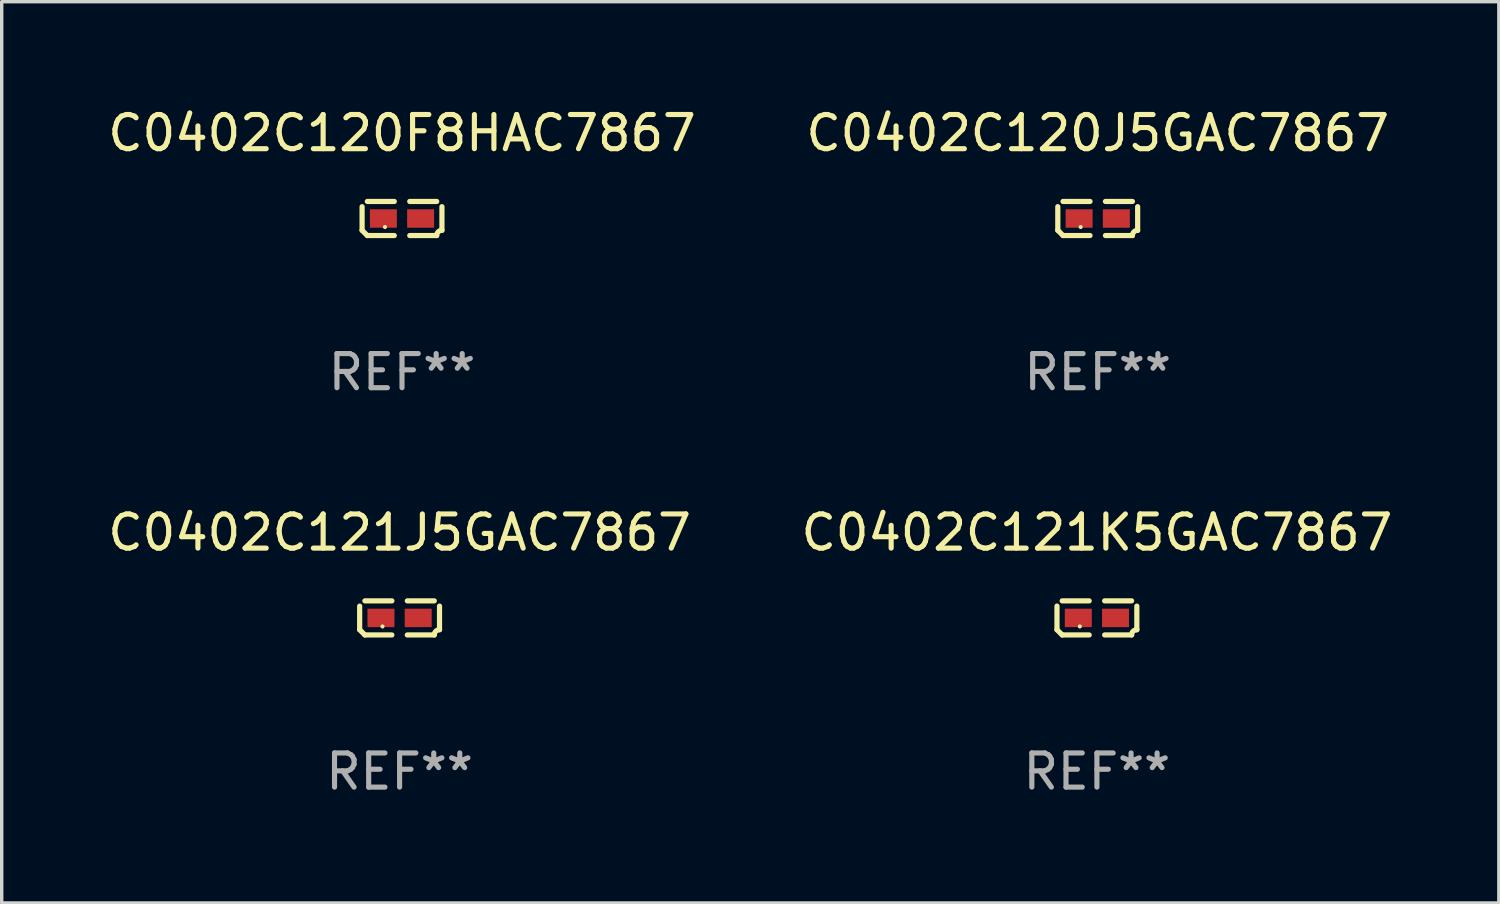
<source format=kicad_pcb>
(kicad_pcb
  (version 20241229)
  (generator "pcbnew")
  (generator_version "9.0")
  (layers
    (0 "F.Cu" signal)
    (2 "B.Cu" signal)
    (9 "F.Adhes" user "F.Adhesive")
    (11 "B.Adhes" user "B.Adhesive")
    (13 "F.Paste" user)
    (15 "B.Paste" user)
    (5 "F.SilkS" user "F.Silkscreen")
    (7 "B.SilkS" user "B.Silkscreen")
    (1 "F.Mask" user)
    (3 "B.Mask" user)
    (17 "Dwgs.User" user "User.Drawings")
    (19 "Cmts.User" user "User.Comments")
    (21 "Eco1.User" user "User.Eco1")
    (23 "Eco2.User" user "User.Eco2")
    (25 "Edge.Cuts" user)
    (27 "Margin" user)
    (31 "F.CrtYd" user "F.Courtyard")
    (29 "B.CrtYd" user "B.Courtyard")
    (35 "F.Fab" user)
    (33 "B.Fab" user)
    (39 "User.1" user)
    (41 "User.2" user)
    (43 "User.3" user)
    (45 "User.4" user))
  (footprint "C0402C120F8HAC7867"
    (layer "F.Cu")
    (at 8.72 3.347)
    (property "Reference" "C0402C120F8HAC7867" (at 0 -2.499 0) (layer "F.SilkS") (effects (font (size 1 1) (thickness 0.15))))
    (attr through_hole)
    (fp_line (start -1.169 0.346) (end -1.169 -0.346) (stroke (width 0.152) (type solid)) (layer "F.SilkS"))
    (fp_line (start -1.016 -0.499) (end -0.226 -0.499) (stroke (width 0.152) (type solid)) (layer "F.SilkS"))
    (fp_line (start -0.226 0.499) (end -1.016 0.499) (stroke (width 0.152) (type solid)) (layer "F.SilkS"))
    (fp_line (start 0.226 0.499) (end 1.016 0.499) (stroke (width 0.152) (type solid)) (layer "F.SilkS"))
    (fp_line (start 1.016 -0.499) (end 0.226 -0.499) (stroke (width 0.152) (type solid)) (layer "F.SilkS"))
    (fp_line (start 1.169 0.346) (end 1.169 -0.346) (stroke (width 0.152) (type solid)) (layer "F.SilkS"))
    (fp_arc (start -1.016307 0.498603) (mid -1.092512 0.422405) (end -1.16871 0.3462) (stroke (width 0.1524) (type solid)) (layer "F.SilkS"))
    (fp_arc (start 1.016307 0.498603) (mid 1.060899 0.390758) (end 1.168707 0.346076) (stroke (width 0.1524) (type solid)) (layer "F.SilkS"))
    (fp_circle (center -0.5 0.25) (end -0.47 0.25) (stroke (width 0.06) (type solid)) (fill no) (layer "F.SilkS"))
    (fp_text user "REF**" (at 0 4.499 0) (layer "F.Fab") (effects (font (size 1 1) (thickness 0.15))))
    (pad "1" smd rect (at -0.545 0) (size 0.79 0.54) (layers "F.Cu" "F.Mask" "F.Paste"))
    (pad "2" smd rect (at 0.545 0) (size 0.79 0.54) (layers "F.Cu" "F.Mask" "F.Paste")))
  (footprint "C0402C121J5GAC7867"
    (layer "F.Cu")
    (at 8.649 15.041)
    (property "Reference" "C0402C121J5GAC7867" (at 0 -2.499 0) (layer "F.SilkS") (effects (font (size 1 1) (thickness 0.15))))
    (attr through_hole)
    (fp_line (start -1.169 0.346) (end -1.169 -0.346) (stroke (width 0.152) (type solid)) (layer "F.SilkS"))
    (fp_line (start -1.016 -0.499) (end -0.226 -0.499) (stroke (width 0.152) (type solid)) (layer "F.SilkS"))
    (fp_line (start -0.226 0.499) (end -1.016 0.499) (stroke (width 0.152) (type solid)) (layer "F.SilkS"))
    (fp_line (start 0.226 0.499) (end 1.016 0.499) (stroke (width 0.152) (type solid)) (layer "F.SilkS"))
    (fp_line (start 1.016 -0.499) (end 0.226 -0.499) (stroke (width 0.152) (type solid)) (layer "F.SilkS"))
    (fp_line (start 1.169 0.346) (end 1.169 -0.346) (stroke (width 0.152) (type solid)) (layer "F.SilkS"))
    (fp_arc (start -1.016307 0.498603) (mid -1.092512 0.422405) (end -1.16871 0.3462) (stroke (width 0.1524) (type solid)) (layer "F.SilkS"))
    (fp_arc (start 1.016307 0.498603) (mid 1.060899 0.390758) (end 1.168707 0.346076) (stroke (width 0.1524) (type solid)) (layer "F.SilkS"))
    (fp_circle (center -0.5 0.25) (end -0.47 0.25) (stroke (width 0.06) (type solid)) (fill no) (layer "F.SilkS"))
    (fp_text user "REF**" (at 0 4.499 0) (layer "F.Fab") (effects (font (size 1 1) (thickness 0.15))))
    (pad "1" smd rect (at -0.545 0) (size 0.79 0.54) (layers "F.Cu" "F.Mask" "F.Paste"))
    (pad "2" smd rect (at 0.545 0) (size 0.79 0.54) (layers "F.Cu" "F.Mask" "F.Paste")))
  (footprint "C0402C121K5GAC7867"
    (layer "F.Cu")
    (at 29.065 15.041)
    (property "Reference" "C0402C121K5GAC7867" (at 0 -2.499 0) (layer "F.SilkS") (effects (font (size 1 1) (thickness 0.15))))
    (attr through_hole)
    (fp_line (start -1.169 0.346) (end -1.169 -0.346) (stroke (width 0.152) (type solid)) (layer "F.SilkS"))
    (fp_line (start -1.016 -0.499) (end -0.226 -0.499) (stroke (width 0.152) (type solid)) (layer "F.SilkS"))
    (fp_line (start -0.226 0.499) (end -1.016 0.499) (stroke (width 0.152) (type solid)) (layer "F.SilkS"))
    (fp_line (start 0.226 0.499) (end 1.016 0.499) (stroke (width 0.152) (type solid)) (layer "F.SilkS"))
    (fp_line (start 1.016 -0.499) (end 0.226 -0.499) (stroke (width 0.152) (type solid)) (layer "F.SilkS"))
    (fp_line (start 1.169 0.346) (end 1.169 -0.346) (stroke (width 0.152) (type solid)) (layer "F.SilkS"))
    (fp_arc (start -1.016307 0.498603) (mid -1.092512 0.422405) (end -1.16871 0.3462) (stroke (width 0.1524) (type solid)) (layer "F.SilkS"))
    (fp_arc (start 1.016307 0.498603) (mid 1.060899 0.390758) (end 1.168707 0.346076) (stroke (width 0.1524) (type solid)) (layer "F.SilkS"))
    (fp_circle (center -0.5 0.25) (end -0.47 0.25) (stroke (width 0.06) (type solid)) (fill no) (layer "F.SilkS"))
    (fp_text user "REF**" (at 0 4.499 0) (layer "F.Fab") (effects (font (size 1 1) (thickness 0.15))))
    (pad "1" smd rect (at -0.545 0) (size 0.79 0.54) (layers "F.Cu" "F.Mask" "F.Paste"))
    (pad "2" smd rect (at 0.545 0) (size 0.79 0.54) (layers "F.Cu" "F.Mask" "F.Paste")))
  (footprint "C0402C120J5GAC7867"
    (layer "F.Cu")
    (at 29.089 3.347)
    (property "Reference" "C0402C120J5GAC7867" (at 0 -2.499 0) (layer "F.SilkS") (effects (font (size 1 1) (thickness 0.15))))
    (attr through_hole)
    (fp_line (start -1.169 0.346) (end -1.169 -0.346) (stroke (width 0.152) (type solid)) (layer "F.SilkS"))
    (fp_line (start -1.016 -0.499) (end -0.226 -0.499) (stroke (width 0.152) (type solid)) (layer "F.SilkS"))
    (fp_line (start -0.226 0.499) (end -1.016 0.499) (stroke (width 0.152) (type solid)) (layer "F.SilkS"))
    (fp_line (start 0.226 0.499) (end 1.016 0.499) (stroke (width 0.152) (type solid)) (layer "F.SilkS"))
    (fp_line (start 1.016 -0.499) (end 0.226 -0.499) (stroke (width 0.152) (type solid)) (layer "F.SilkS"))
    (fp_line (start 1.169 0.346) (end 1.169 -0.346) (stroke (width 0.152) (type solid)) (layer "F.SilkS"))
    (fp_arc (start -1.016307 0.498603) (mid -1.092512 0.422405) (end -1.16871 0.3462) (stroke (width 0.1524) (type solid)) (layer "F.SilkS"))
    (fp_arc (start 1.016307 0.498603) (mid 1.060899 0.390758) (end 1.168707 0.346076) (stroke (width 0.1524) (type solid)) (layer "F.SilkS"))
    (fp_circle (center -0.5 0.25) (end -0.47 0.25) (stroke (width 0.06) (type solid)) (fill no) (layer "F.SilkS"))
    (fp_text user "REF**" (at 0 4.499 0) (layer "F.Fab") (effects (font (size 1 1) (thickness 0.15))))
    (pad "1" smd rect (at -0.545 0) (size 0.79 0.54) (layers "F.Cu" "F.Mask" "F.Paste"))
    (pad "2" smd rect (at 0.545 0) (size 0.79 0.54) (layers "F.Cu" "F.Mask" "F.Paste")))
  (gr_rect
    (start -3 -3)
    (end 40.833 23.387)
    (stroke (width 0.1) (type default))
    (fill no)
    (layer "Edge.Cuts")))
</source>
